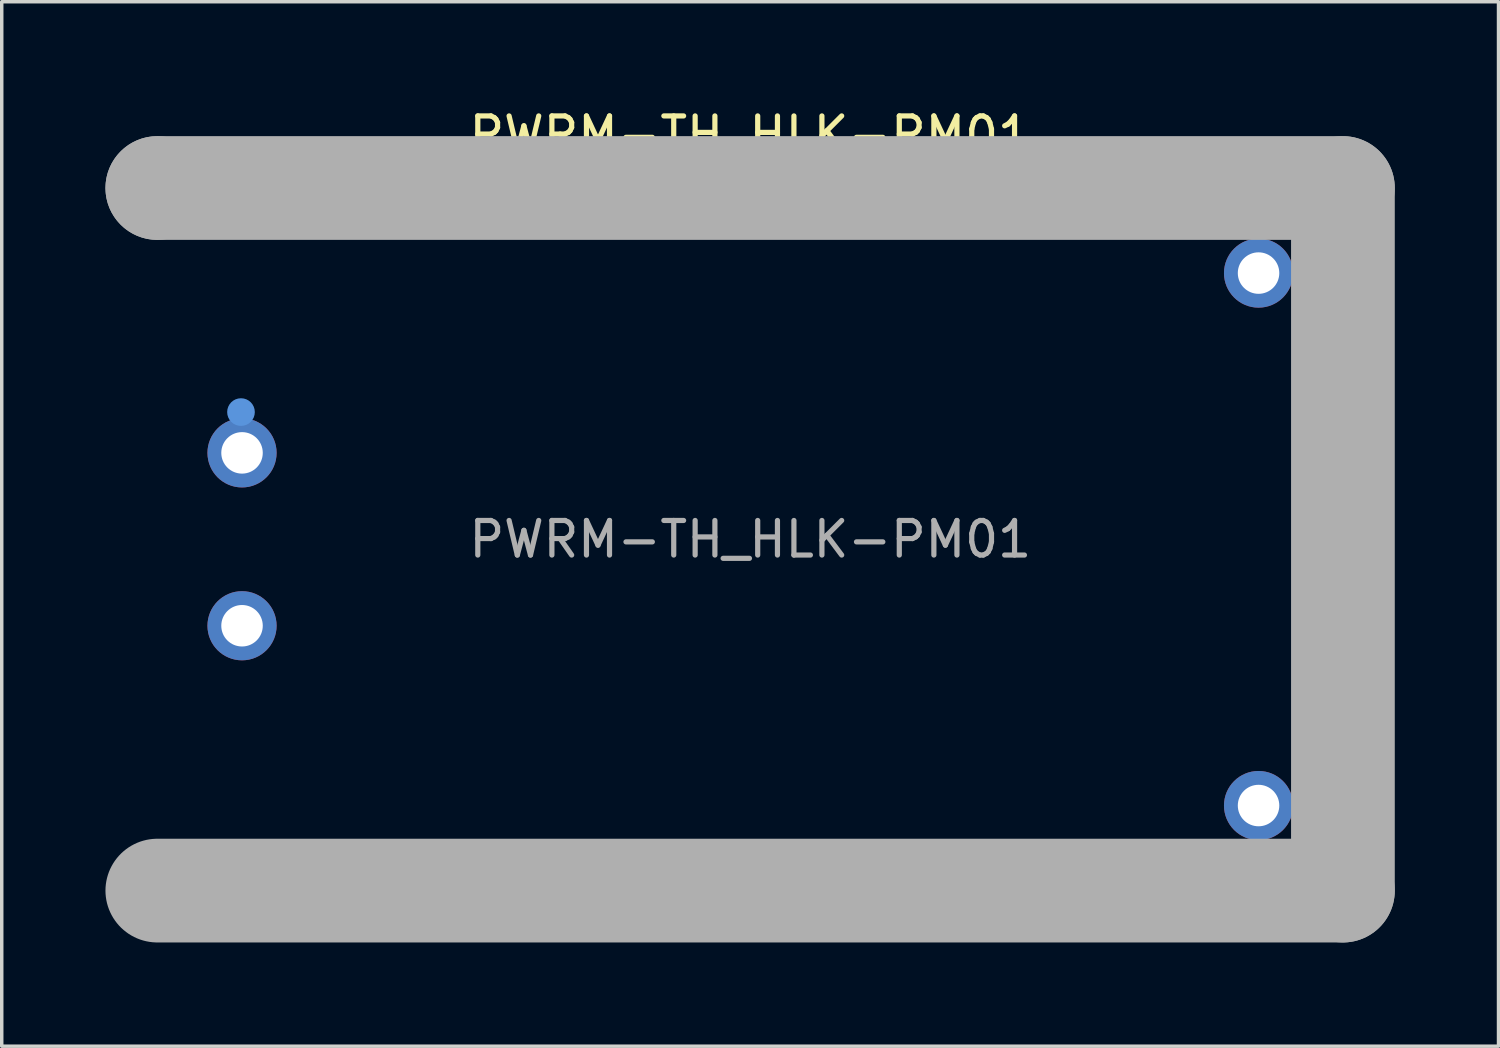
<source format=kicad_pcb>
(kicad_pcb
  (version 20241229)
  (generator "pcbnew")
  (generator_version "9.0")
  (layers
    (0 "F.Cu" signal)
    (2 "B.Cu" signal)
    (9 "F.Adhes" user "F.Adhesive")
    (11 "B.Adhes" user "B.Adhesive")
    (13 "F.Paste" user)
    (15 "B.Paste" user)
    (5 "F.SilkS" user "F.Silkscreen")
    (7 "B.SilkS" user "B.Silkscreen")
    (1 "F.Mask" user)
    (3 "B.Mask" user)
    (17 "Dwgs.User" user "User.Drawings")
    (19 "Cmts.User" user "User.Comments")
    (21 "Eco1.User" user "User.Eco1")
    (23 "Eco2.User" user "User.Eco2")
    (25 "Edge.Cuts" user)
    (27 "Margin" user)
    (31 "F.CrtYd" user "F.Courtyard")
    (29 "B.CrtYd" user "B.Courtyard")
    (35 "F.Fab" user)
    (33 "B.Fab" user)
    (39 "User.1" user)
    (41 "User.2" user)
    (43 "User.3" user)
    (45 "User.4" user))
  (footprint "PWRM-TH_HLK-PM01"
    (layer "F.Cu")
    (at 18.65 12.548)
    (property "Reference" "PWRM-TH_HLK-PM01" (at 0 -11.7 0) (layer "F.SilkS") (effects (font (size 1 1) (thickness 0.15))))
    (attr through_hole)
    (fp_circle (center -14.73 -3.68) (end -14.53 -3.68) (stroke (width 0.4) (type solid)) (fill no) (layer "Cmts.User"))
    (fp_line (start -17.15 -10.16) (end -17.15 -10.16) (stroke (width 3) (type solid)) (layer "F.Fab"))
    (fp_line (start -17.15 -10.16) (end 17.14 -10.16) (stroke (width 3) (type solid)) (layer "F.Fab"))
    (fp_line (start 17.14 -10.16) (end 17.14 10.16) (stroke (width 3) (type solid)) (layer "F.Fab"))
    (fp_line (start 17.14 10.16) (end -17.15 10.16) (stroke (width 3) (type solid)) (layer "F.Fab"))
    (fp_circle (center -17 -10) (end -16.97 -10) (stroke (width 0.06) (type solid)) (fill no) (layer "F.Fab"))
    (fp_circle (center -14.7 -2.5) (end -14.5 -2.5) (stroke (width 0.4) (type solid)) (fill no) (layer "F.Fab"))
    (fp_circle (center -14.7 2.5) (end -14.5 2.5) (stroke (width 0.4) (type solid)) (fill no) (layer "F.Fab"))
    (fp_circle (center 14.7 -7.7) (end 14.9 -7.7) (stroke (width 0.4) (type solid)) (fill no) (layer "F.Fab"))
    (fp_circle (center 14.7 7.7) (end 14.9 7.7) (stroke (width 0.4) (type solid)) (fill no) (layer "F.Fab"))
    (fp_text user "${REFERENCE}" (at 0 0 0) (layer "F.Fab") (effects (font (size 1 1) (thickness 0.15))))
    (pad "1" thru_hole circle (at -14.7 -2.5) (size 2 2) (drill 1.2) (layers "*.Cu" "*.Mask"))
    (pad "2" thru_hole circle (at -14.7 2.5) (size 2 2) (drill 1.2) (layers "*.Cu" "*.Mask"))
    (pad "3" thru_hole circle (at 14.7 -7.7) (size 2 2) (drill 1.2) (layers "*.Cu" "*.Mask"))
    (pad "4" thru_hole circle (at 14.7 7.7) (size 2 2) (drill 1.2) (layers "*.Cu" "*.Mask")))
  (gr_rect
    (start -3 -3)
    (end 40.29 27.208)
    (stroke (width 0.1) (type default))
    (fill no)
    (layer "Edge.Cuts")))
</source>
